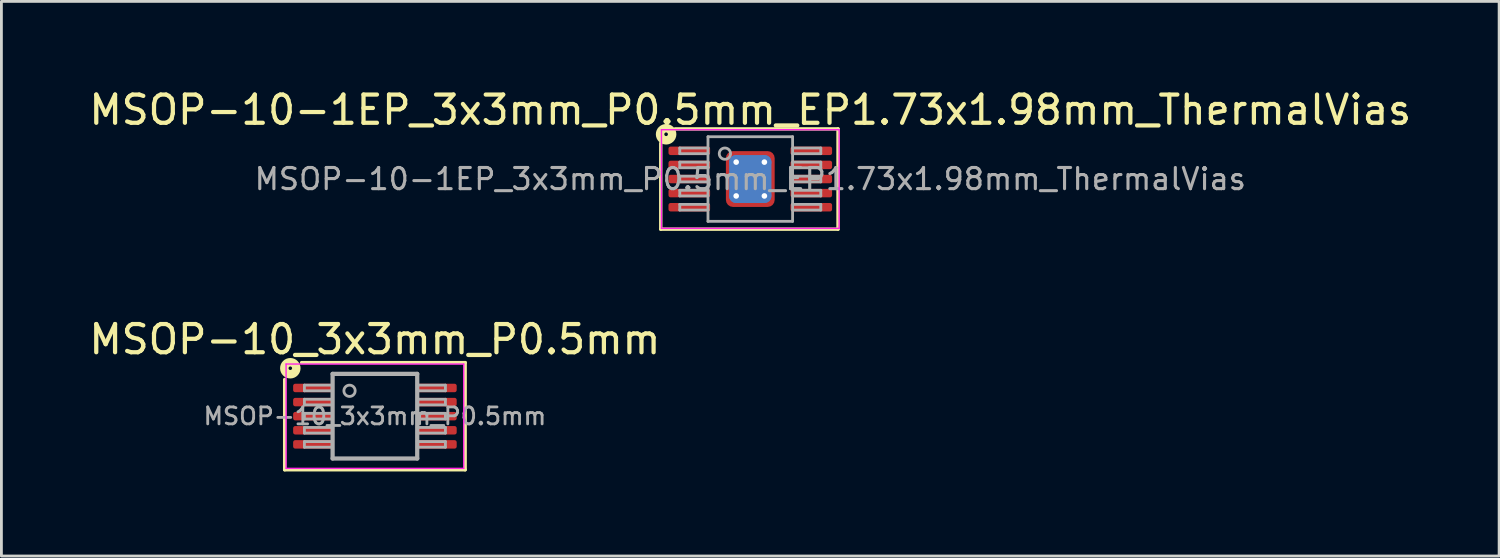
<source format=kicad_pcb>
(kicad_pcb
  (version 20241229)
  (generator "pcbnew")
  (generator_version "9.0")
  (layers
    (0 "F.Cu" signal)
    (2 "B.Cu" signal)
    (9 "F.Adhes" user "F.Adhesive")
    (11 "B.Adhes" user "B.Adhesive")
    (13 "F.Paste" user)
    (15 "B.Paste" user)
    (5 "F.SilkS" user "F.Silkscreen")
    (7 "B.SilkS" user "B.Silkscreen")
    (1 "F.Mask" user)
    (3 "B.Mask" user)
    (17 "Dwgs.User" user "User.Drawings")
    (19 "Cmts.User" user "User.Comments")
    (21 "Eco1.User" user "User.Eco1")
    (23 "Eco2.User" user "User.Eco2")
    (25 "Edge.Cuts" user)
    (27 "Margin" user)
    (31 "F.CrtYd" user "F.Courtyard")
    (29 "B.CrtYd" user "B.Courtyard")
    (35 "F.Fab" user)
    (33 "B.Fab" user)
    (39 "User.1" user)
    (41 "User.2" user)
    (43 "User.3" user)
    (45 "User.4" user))
  (footprint "MSOP-10_3x3mm_P0.5mm"
    (layer "F.Cu")
    (at 10.244 11.707)
    (property "Reference" "MSOP-10_3x3mm_P0.5mm" (at 0 -2.722 0) (layer "F.SilkS") (effects (font (size 1 1) (thickness 0.15))))
    (attr smd)
    (fp_line (start -3.2 1.9) (end -3.2 -1.3) (stroke (width 0.12) (type solid)) (layer "F.SilkS"))
    (fp_line (start -2.6 -1.9) (end 3.2 -1.9) (stroke (width 0.12) (type solid)) (layer "F.SilkS"))
    (fp_line (start 3.2 -1.9) (end 3.2 1.9) (stroke (width 0.12) (type solid)) (layer "F.SilkS"))
    (fp_line (start 3.2 1.9) (end -3.2 1.9) (stroke (width 0.12) (type solid)) (layer "F.SilkS"))
    (fp_circle (center -3 -1.7) (end -2.937 -1.7) (stroke (width 0.3) (type solid)) (fill no) (layer "F.SilkS"))
    (fp_line (start -3.15 -1.85) (end -3.15 1.85) (stroke (width 0.05) (type solid)) (layer "F.CrtYd"))
    (fp_line (start -3.15 -1.85) (end 3.15 -1.85) (stroke (width 0.05) (type solid)) (layer "F.CrtYd"))
    (fp_line (start -3.15 1.85) (end 3.15 1.85) (stroke (width 0.05) (type solid)) (layer "F.CrtYd"))
    (fp_line (start 3.15 -1.85) (end 3.15 1.85) (stroke (width 0.05) (type solid)) (layer "F.CrtYd"))
    (fp_line (start -2.5 -1.1) (end -2.5 -0.9) (stroke (width 0.1) (type solid)) (layer "F.Fab"))
    (fp_line (start -2.5 -1.1) (end -1.5 -1.1) (stroke (width 0.1) (type solid)) (layer "F.Fab"))
    (fp_line (start -2.5 -0.9) (end -1.5 -0.9) (stroke (width 0.1) (type solid)) (layer "F.Fab"))
    (fp_line (start -2.5 -0.6) (end -2.5 -0.4) (stroke (width 0.1) (type solid)) (layer "F.Fab"))
    (fp_line (start -2.5 -0.6) (end -1.5 -0.6) (stroke (width 0.1) (type solid)) (layer "F.Fab"))
    (fp_line (start -2.5 -0.4) (end -1.5 -0.4) (stroke (width 0.1) (type solid)) (layer "F.Fab"))
    (fp_line (start -2.5 -0.1) (end -2.5 0.1) (stroke (width 0.1) (type solid)) (layer "F.Fab"))
    (fp_line (start -2.5 -0.1) (end -1.5 -0.1) (stroke (width 0.1) (type solid)) (layer "F.Fab"))
    (fp_line (start -2.5 0.1) (end -1.5 0.1) (stroke (width 0.1) (type solid)) (layer "F.Fab"))
    (fp_line (start -2.5 0.4) (end -2.5 0.6) (stroke (width 0.1) (type solid)) (layer "F.Fab"))
    (fp_line (start -2.5 0.4) (end -1.5 0.4) (stroke (width 0.1) (type solid)) (layer "F.Fab"))
    (fp_line (start -2.5 0.6) (end -1.5 0.6) (stroke (width 0.1) (type solid)) (layer "F.Fab"))
    (fp_line (start -2.5 0.9) (end -2.5 1.1) (stroke (width 0.1) (type solid)) (layer "F.Fab"))
    (fp_line (start -2.5 0.9) (end -1.5 0.9) (stroke (width 0.1) (type solid)) (layer "F.Fab"))
    (fp_line (start -2.5 1.1) (end -1.5 1.1) (stroke (width 0.1) (type solid)) (layer "F.Fab"))
    (fp_line (start -1.5 -1.5) (end 1.5 -1.5) (stroke (width 0.15) (type solid)) (layer "F.Fab"))
    (fp_line (start -1.5 1.5) (end -1.5 -1.5) (stroke (width 0.15) (type solid)) (layer "F.Fab"))
    (fp_line (start 1.5 -1.5) (end 1.5 1.5) (stroke (width 0.15) (type solid)) (layer "F.Fab"))
    (fp_line (start 1.5 1.5) (end -1.5 1.5) (stroke (width 0.15) (type solid)) (layer "F.Fab"))
    (fp_line (start 2.5 -1.1) (end 1.5 -1.1) (stroke (width 0.1) (type solid)) (layer "F.Fab"))
    (fp_line (start 2.5 -0.9) (end 1.5 -0.9) (stroke (width 0.1) (type solid)) (layer "F.Fab"))
    (fp_line (start 2.5 -0.9) (end 2.5 -1.1) (stroke (width 0.1) (type solid)) (layer "F.Fab"))
    (fp_line (start 2.5 -0.6) (end 1.5 -0.6) (stroke (width 0.1) (type solid)) (layer "F.Fab"))
    (fp_line (start 2.5 -0.4) (end 1.5 -0.4) (stroke (width 0.1) (type solid)) (layer "F.Fab"))
    (fp_line (start 2.5 -0.4) (end 2.5 -0.6) (stroke (width 0.1) (type solid)) (layer "F.Fab"))
    (fp_line (start 2.5 -0.1) (end 1.5 -0.1) (stroke (width 0.1) (type solid)) (layer "F.Fab"))
    (fp_line (start 2.5 0.1) (end 1.5 0.1) (stroke (width 0.1) (type solid)) (layer "F.Fab"))
    (fp_line (start 2.5 0.1) (end 2.5 -0.1) (stroke (width 0.1) (type solid)) (layer "F.Fab"))
    (fp_line (start 2.5 0.4) (end 1.5 0.4) (stroke (width 0.1) (type solid)) (layer "F.Fab"))
    (fp_line (start 2.5 0.6) (end 1.5 0.6) (stroke (width 0.1) (type solid)) (layer "F.Fab"))
    (fp_line (start 2.5 0.6) (end 2.5 0.4) (stroke (width 0.1) (type solid)) (layer "F.Fab"))
    (fp_line (start 2.5 0.9) (end 1.5 0.9) (stroke (width 0.1) (type solid)) (layer "F.Fab"))
    (fp_line (start 2.5 1.1) (end 1.5 1.1) (stroke (width 0.1) (type solid)) (layer "F.Fab"))
    (fp_line (start 2.5 1.1) (end 2.5 0.9) (stroke (width 0.1) (type solid)) (layer "F.Fab"))
    (fp_circle (center -0.9 -0.9) (end -0.7 -0.9) (stroke (width 0.1) (type solid)) (fill no) (layer "F.Fab"))
    (fp_text user "${REFERENCE}" (at 0 0 0) (layer "F.Fab") (effects (font (size 0.6 0.6) (thickness 0.1))))
    (pad "1" smd roundrect (at -2.2 -1) (size 1.4 0.3) (layers "F.Cu" "F.Mask" "F.Paste") (roundrect_rratio 0.25))
    (pad "2" smd roundrect (at -2.2 -0.5) (size 1.4 0.3) (layers "F.Cu" "F.Mask" "F.Paste") (roundrect_rratio 0.25))
    (pad "3" smd roundrect (at -2.2 0) (size 1.4 0.3) (layers "F.Cu" "F.Mask" "F.Paste") (roundrect_rratio 0.25))
    (pad "4" smd roundrect (at -2.2 0.5) (size 1.4 0.3) (layers "F.Cu" "F.Mask" "F.Paste") (roundrect_rratio 0.25))
    (pad "5" smd roundrect (at -2.2 1) (size 1.4 0.3) (layers "F.Cu" "F.Mask" "F.Paste") (roundrect_rratio 0.25))
    (pad "6" smd roundrect (at 2.2 1) (size 1.4 0.3) (layers "F.Cu" "F.Mask" "F.Paste") (roundrect_rratio 0.25))
    (pad "7" smd roundrect (at 2.2 0.5) (size 1.4 0.3) (layers "F.Cu" "F.Mask" "F.Paste") (roundrect_rratio 0.25))
    (pad "8" smd roundrect (at 2.2 0) (size 1.4 0.3) (layers "F.Cu" "F.Mask" "F.Paste") (roundrect_rratio 0.25))
    (pad "9" smd roundrect (at 2.2 -0.5) (size 1.4 0.3) (layers "F.Cu" "F.Mask" "F.Paste") (roundrect_rratio 0.25))
    (pad "10" smd roundrect (at 2.2 -1) (size 1.4 0.3) (layers "F.Cu" "F.Mask" "F.Paste") (roundrect_rratio 0.25)))
  (footprint "MSOP-10-1EP_3x3mm_P0.5mm_EP1.73x1.98mm_ThermalVias"
    (layer "F.Cu")
    (at 23.554 3.298)
    (property "Reference" "MSOP-10-1EP_3x3mm_P0.5mm_EP1.73x1.98mm_ThermalVias" (at 0 -2.45 0) (layer "F.SilkS") (effects (font (size 1 1) (thickness 0.15))))
    (attr smd)
    (fp_line (start -3.175 1.778) (end -3.175 -1.27) (stroke (width 0.12) (type solid)) (layer "F.SilkS"))
    (fp_line (start -2.667 -1.778) (end 3.111 -1.778) (stroke (width 0.12) (type solid)) (layer "F.SilkS"))
    (fp_line (start 3.111 -1.778) (end 3.111 1.778) (stroke (width 0.12) (type solid)) (layer "F.SilkS"))
    (fp_line (start 3.111 1.778) (end -3.175 1.778) (stroke (width 0.12) (type solid)) (layer "F.SilkS"))
    (fp_circle (center -2.985 -1.587) (end -2.921 -1.587) (stroke (width 0.3) (type solid)) (fill no) (layer "F.SilkS"))
    (fp_line (start -3.15 -1.75) (end -3.15 1.75) (stroke (width 0.05) (type solid)) (layer "F.CrtYd"))
    (fp_line (start -3.15 1.75) (end 3.15 1.75) (stroke (width 0.05) (type solid)) (layer "F.CrtYd"))
    (fp_line (start 3.15 -1.75) (end -3.15 -1.75) (stroke (width 0.05) (type solid)) (layer "F.CrtYd"))
    (fp_line (start 3.15 1.75) (end 3.15 -1.75) (stroke (width 0.05) (type solid)) (layer "F.CrtYd"))
    (fp_line (start -2.5 -1.1) (end -2.5 -0.9) (stroke (width 0.1) (type solid)) (layer "F.Fab"))
    (fp_line (start -2.5 -1.1) (end -1.5 -1.1) (stroke (width 0.1) (type solid)) (layer "F.Fab"))
    (fp_line (start -2.5 -0.9) (end -1.5 -0.9) (stroke (width 0.1) (type solid)) (layer "F.Fab"))
    (fp_line (start -2.5 -0.6) (end -2.5 -0.4) (stroke (width 0.1) (type solid)) (layer "F.Fab"))
    (fp_line (start -2.5 -0.6) (end -1.5 -0.6) (stroke (width 0.1) (type solid)) (layer "F.Fab"))
    (fp_line (start -2.5 -0.4) (end -1.5 -0.4) (stroke (width 0.1) (type solid)) (layer "F.Fab"))
    (fp_line (start -2.5 -0.1) (end -2.5 0.1) (stroke (width 0.1) (type solid)) (layer "F.Fab"))
    (fp_line (start -2.5 -0.1) (end -1.5 -0.1) (stroke (width 0.1) (type solid)) (layer "F.Fab"))
    (fp_line (start -2.5 0.1) (end -1.5 0.1) (stroke (width 0.1) (type solid)) (layer "F.Fab"))
    (fp_line (start -2.5 0.4) (end -2.5 0.6) (stroke (width 0.1) (type solid)) (layer "F.Fab"))
    (fp_line (start -2.5 0.4) (end -1.5 0.4) (stroke (width 0.1) (type solid)) (layer "F.Fab"))
    (fp_line (start -2.5 0.6) (end -1.5 0.6) (stroke (width 0.1) (type solid)) (layer "F.Fab"))
    (fp_line (start -2.5 0.9) (end -2.5 1.1) (stroke (width 0.1) (type solid)) (layer "F.Fab"))
    (fp_line (start -2.5 0.9) (end -1.5 0.9) (stroke (width 0.1) (type solid)) (layer "F.Fab"))
    (fp_line (start -2.5 1.1) (end -1.5 1.1) (stroke (width 0.1) (type solid)) (layer "F.Fab"))
    (fp_line (start -1.5 -1.5) (end 1.5 -1.5) (stroke (width 0.1) (type solid)) (layer "F.Fab"))
    (fp_line (start -1.5 1.5) (end -1.5 -1.5) (stroke (width 0.1) (type solid)) (layer "F.Fab"))
    (fp_line (start 1.5 -1.5) (end 1.5 1.5) (stroke (width 0.1) (type solid)) (layer "F.Fab"))
    (fp_line (start 1.5 1.5) (end -1.5 1.5) (stroke (width 0.1) (type solid)) (layer "F.Fab"))
    (fp_line (start 2.5 -1.1) (end 1.5 -1.1) (stroke (width 0.1) (type solid)) (layer "F.Fab"))
    (fp_line (start 2.5 -0.9) (end 1.5 -0.9) (stroke (width 0.1) (type solid)) (layer "F.Fab"))
    (fp_line (start 2.5 -0.9) (end 2.5 -1.1) (stroke (width 0.1) (type solid)) (layer "F.Fab"))
    (fp_line (start 2.5 -0.6) (end 1.5 -0.6) (stroke (width 0.1) (type solid)) (layer "F.Fab"))
    (fp_line (start 2.5 -0.4) (end 1.5 -0.4) (stroke (width 0.1) (type solid)) (layer "F.Fab"))
    (fp_line (start 2.5 -0.4) (end 2.5 -0.6) (stroke (width 0.1) (type solid)) (layer "F.Fab"))
    (fp_line (start 2.5 -0.1) (end 1.5 -0.1) (stroke (width 0.1) (type solid)) (layer "F.Fab"))
    (fp_line (start 2.5 0.1) (end 1.5 0.1) (stroke (width 0.1) (type solid)) (layer "F.Fab"))
    (fp_line (start 2.5 0.1) (end 2.5 -0.1) (stroke (width 0.1) (type solid)) (layer "F.Fab"))
    (fp_line (start 2.5 0.4) (end 1.5 0.4) (stroke (width 0.1) (type solid)) (layer "F.Fab"))
    (fp_line (start 2.5 0.6) (end 1.5 0.6) (stroke (width 0.1) (type solid)) (layer "F.Fab"))
    (fp_line (start 2.5 0.6) (end 2.5 0.4) (stroke (width 0.1) (type solid)) (layer "F.Fab"))
    (fp_line (start 2.5 0.9) (end 1.5 0.9) (stroke (width 0.1) (type solid)) (layer "F.Fab"))
    (fp_line (start 2.5 1.1) (end 1.5 1.1) (stroke (width 0.1) (type solid)) (layer "F.Fab"))
    (fp_line (start 2.5 1.1) (end 2.5 0.9) (stroke (width 0.1) (type solid)) (layer "F.Fab"))
    (fp_circle (center -0.9 -0.9) (end -0.7 -0.9) (stroke (width 0.1) (type solid)) (fill no) (layer "F.Fab"))
    (fp_text user "${REFERENCE}" (at 0 0 0) (layer "F.Fab") (effects (font (size 0.75 0.75) (thickness 0.11))))
    (pad "" smd roundrect (at -0.43 -0.495) (size 0.72 0.83) (layers "F.Paste") (roundrect_rratio 0.25))
    (pad "" smd roundrect (at -0.43 0.495) (size 0.72 0.83) (layers "F.Paste") (roundrect_rratio 0.25))
    (pad "" smd roundrect (at 0.43 -0.495) (size 0.72 0.83) (layers "F.Paste") (roundrect_rratio 0.25))
    (pad "" smd roundrect (at 0.43 0.495) (size 0.72 0.83) (layers "F.Paste") (roundrect_rratio 0.25))
    (pad "1" smd roundrect (at -2.163 -1) (size 1.475 0.3) (layers "F.Cu" "F.Mask" "F.Paste") (roundrect_rratio 0.25))
    (pad "2" smd roundrect (at -2.163 -0.5) (size 1.475 0.3) (layers "F.Cu" "F.Mask" "F.Paste") (roundrect_rratio 0.25))
    (pad "3" smd roundrect (at -2.163 0) (size 1.475 0.3) (layers "F.Cu" "F.Mask" "F.Paste") (roundrect_rratio 0.25))
    (pad "4" smd roundrect (at -2.163 0.5) (size 1.475 0.3) (layers "F.Cu" "F.Mask" "F.Paste") (roundrect_rratio 0.25))
    (pad "5" smd roundrect (at -2.163 1) (size 1.475 0.3) (layers "F.Cu" "F.Mask" "F.Paste") (roundrect_rratio 0.25))
    (pad "6" smd roundrect (at 2.163 1) (size 1.475 0.3) (layers "F.Cu" "F.Mask" "F.Paste") (roundrect_rratio 0.25))
    (pad "7" smd roundrect (at 2.163 0.5) (size 1.475 0.3) (layers "F.Cu" "F.Mask" "F.Paste") (roundrect_rratio 0.25))
    (pad "8" smd roundrect (at 2.163 0) (size 1.475 0.3) (layers "F.Cu" "F.Mask" "F.Paste") (roundrect_rratio 0.25))
    (pad "9" smd roundrect (at 2.163 -0.5) (size 1.475 0.3) (layers "F.Cu" "F.Mask" "F.Paste") (roundrect_rratio 0.25))
    (pad "10" smd roundrect (at 2.163 -1) (size 1.475 0.3) (layers "F.Cu" "F.Mask" "F.Paste") (roundrect_rratio 0.25))
    (pad "11" thru_hole circle (at -0.5 -0.6) (size 0.5 0.5) (drill 0.2) (property pad_prop_heatsink) (layers "*.Cu"))
    (pad "11" thru_hole circle (at -0.5 0.6) (size 0.5 0.5) (drill 0.2) (property pad_prop_heatsink) (layers "*.Cu"))
    (pad "11" smd roundrect (at 0 0) (size 1.5 1.7) (layers "B.Cu" "B.Mask") (roundrect_rratio 0.167))
    (pad "11" smd roundrect (at 0 0) (size 1.73 1.98) (layers "F.Cu" "F.Mask") (roundrect_rratio 0.145))
    (pad "11" thru_hole circle (at 0.5 -0.6) (size 0.5 0.5) (drill 0.2) (property pad_prop_heatsink) (layers "*.Cu"))
    (pad "11" thru_hole circle (at 0.5 0.6) (size 0.5 0.5) (drill 0.2) (property pad_prop_heatsink) (layers "*.Cu")))
  (gr_rect
    (start -3 -3)
    (end 50.107 16.666)
    (stroke (width 0.1) (type default))
    (fill no)
    (layer "Edge.Cuts")))
</source>
